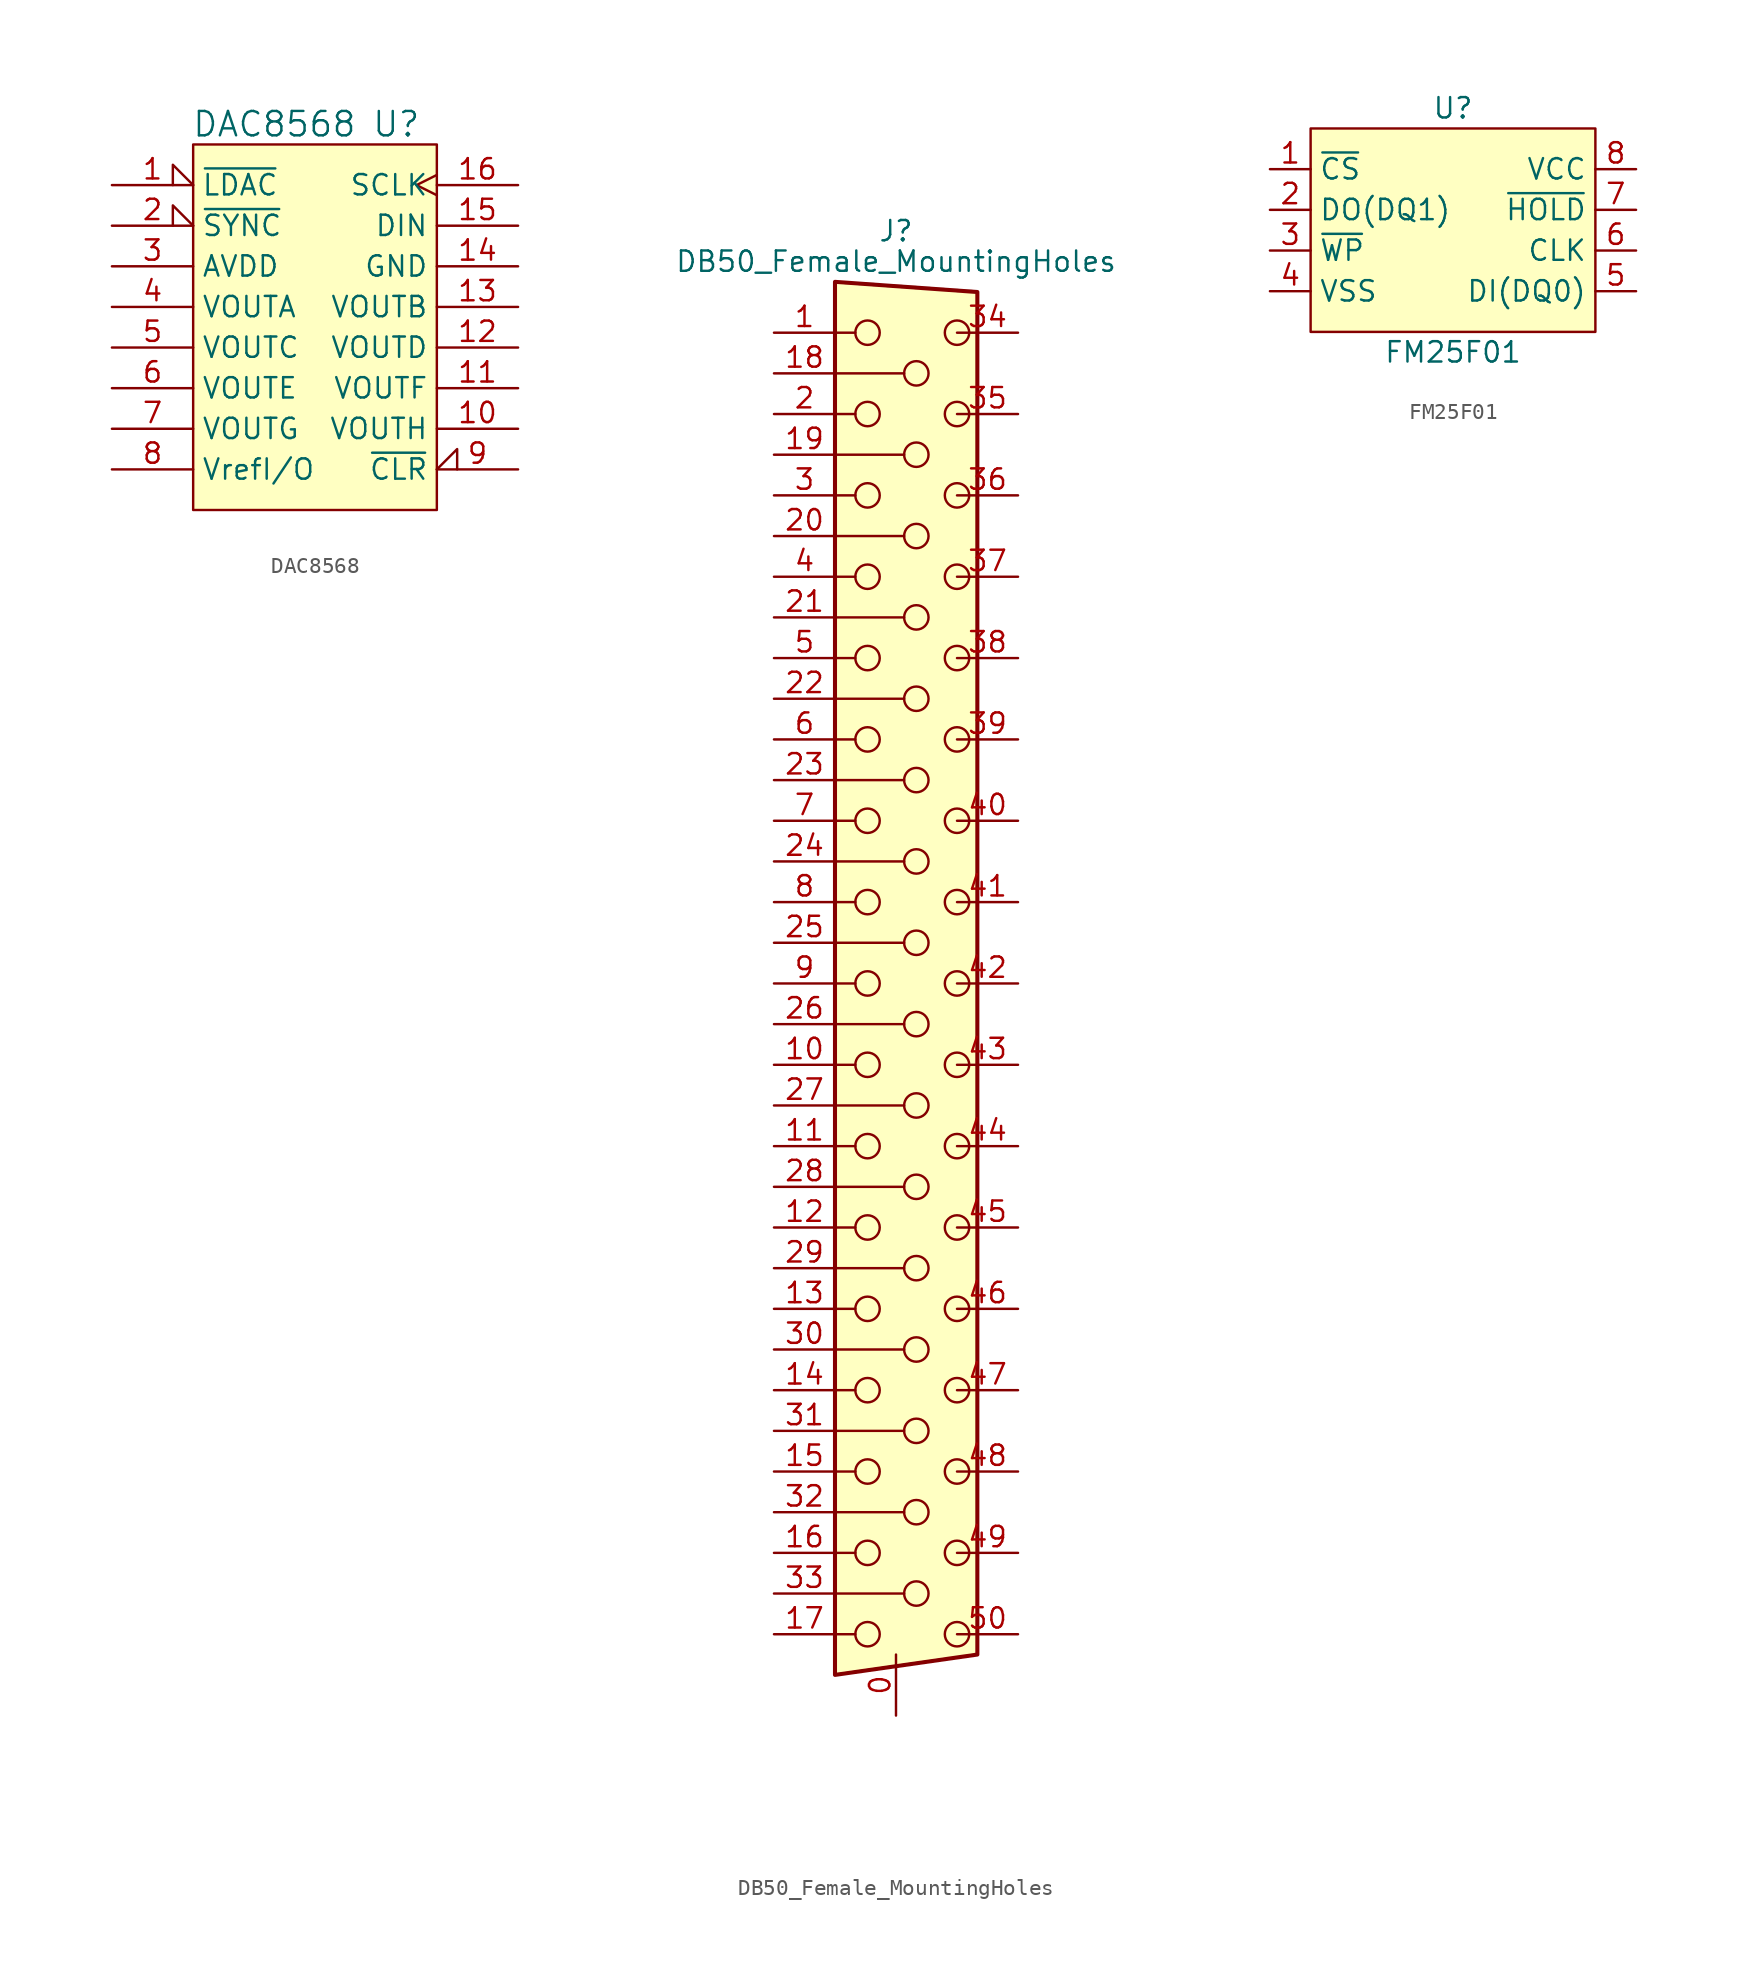
<source format=kicad_sym>
(kicad_symbol_lib
  (version 20231120)
  (generator "kicad_symbol_editor")
  (generator_version "8.0")
  (symbol "DAC8568"
    (property "Reference" "U"
      (at 5.08 12.7 0)
      (effects (font (size 1.524 1.524))))
    (property "Value" "DAC8568"
      (at -2.54 12.7 0)
      (effects (font (size 1.524 1.524))))
    (property "Footprint" ""
      (at 0 0 0)
      (effects (font (size 1.524 1.524))))
    (property "Datasheet" ""
      (at 0 0 0)
      (effects (font (size 1.524 1.524))))
    (symbol "DAC8568_0_1"
      (rectangle (start -7.62 11.43) (end 7.62 -11.43) (stroke (width 0) (type default)) (fill (type background))))
    (symbol "DAC8568_1_1"
      (pin input input_low (at -12.7 8.89 0) (length 5.08) (name "~{LDAC}" (effects (font (size 1.27 1.27)))) (number "1" (effects (font (size 1.27 1.27)))))
      (pin output line (at 12.7 -6.35 180) (length 5.08) (name "VOUTH" (effects (font (size 1.27 1.27)))) (number "10" (effects (font (size 1.27 1.27)))))
      (pin output line (at 12.7 -3.81 180) (length 5.08) (name "VOUTF" (effects (font (size 1.27 1.27)))) (number "11" (effects (font (size 1.27 1.27)))))
      (pin output line (at 12.7 -1.27 180) (length 5.08) (name "VOUTD" (effects (font (size 1.27 1.27)))) (number "12" (effects (font (size 1.27 1.27)))))
      (pin output line (at 12.7 1.27 180) (length 5.08) (name "VOUTB" (effects (font (size 1.27 1.27)))) (number "13" (effects (font (size 1.27 1.27)))))
      (pin power_in line (at 12.7 3.81 180) (length 5.08) (name "GND" (effects (font (size 1.27 1.27)))) (number "14" (effects (font (size 1.27 1.27)))))
      (pin input line (at 12.7 6.35 180) (length 5.08) (name "DIN" (effects (font (size 1.27 1.27)))) (number "15" (effects (font (size 1.27 1.27)))))
      (pin input clock (at 12.7 8.89 180) (length 5.08) (name "SCLK" (effects (font (size 1.27 1.27)))) (number "16" (effects (font (size 1.27 1.27)))))
      (pin passive line (at 12.7 3.81 180) (length 5.08) hide (name "GND" (effects (font (size 1.27 1.27)))) (number "17" (effects (font (size 1.27 1.27)))))
      (pin input input_low (at -12.7 6.35 0) (length 5.08) (name "~{SYNC}" (effects (font (size 1.27 1.27)))) (number "2" (effects (font (size 1.27 1.27)))))
      (pin power_in line (at -12.7 3.81 0) (length 5.08) (name "AVDD" (effects (font (size 1.27 1.27)))) (number "3" (effects (font (size 1.27 1.27)))))
      (pin output line (at -12.7 1.27 0) (length 5.08) (name "VOUTA" (effects (font (size 1.27 1.27)))) (number "4" (effects (font (size 1.27 1.27)))))
      (pin output line (at -12.7 -1.27 0) (length 5.08) (name "VOUTC" (effects (font (size 1.27 1.27)))) (number "5" (effects (font (size 1.27 1.27)))))
      (pin output line (at -12.7 -3.81 0) (length 5.08) (name "VOUTE" (effects (font (size 1.27 1.27)))) (number "6" (effects (font (size 1.27 1.27)))))
      (pin output line (at -12.7 -6.35 0) (length 5.08) (name "VOUTG" (effects (font (size 1.27 1.27)))) (number "7" (effects (font (size 1.27 1.27)))))
      (pin bidirectional line (at -12.7 -8.89 0) (length 5.08) (name "VrefI/O" (effects (font (size 1.27 1.27)))) (number "8" (effects (font (size 1.27 1.27)))))
      (pin input input_low (at 12.7 -8.89 180) (length 5.08) (name "~{CLR}" (effects (font (size 1.27 1.27)))) (number "9" (effects (font (size 1.27 1.27)))))))
  (symbol "DB50_Female_MountingHoles"
    (pin_names hide)
    (property "Reference" "J"
      (at -1.27 46.99 0)
      (effects (font (size 1.27 1.27))))
    (property "Value" "DB50_Female_MountingHoles"
      (at -1.27 45.085 0)
      (effects (font (size 1.27 1.27))))
    (symbol "DB50_Female_MountingHoles_0_1"
      (circle (center -3.048 -40.64) (radius 0.762) (stroke (width 0) (type default)) (fill (type none)))
      (circle (center -3.048 -35.56) (radius 0.762) (stroke (width 0) (type default)) (fill (type none)))
      (circle (center -3.048 -30.48) (radius 0.762) (stroke (width 0) (type default)) (fill (type none)))
      (circle (center -3.048 -25.4) (radius 0.762) (stroke (width 0) (type default)) (fill (type none)))
      (circle (center -3.048 -20.32) (radius 0.762) (stroke (width 0) (type default)) (fill (type none)))
      (circle (center -3.048 -15.24) (radius 0.762) (stroke (width 0) (type default)) (fill (type none)))
      (circle (center -3.048 -10.16) (radius 0.762) (stroke (width 0) (type default)) (fill (type none)))
      (circle (center -3.048 -5.08) (radius 0.762) (stroke (width 0) (type default)) (fill (type none)))
      (circle (center -3.048 0) (radius 0.762) (stroke (width 0) (type default)) (fill (type none)))
      (circle (center -3.048 5.08) (radius 0.762) (stroke (width 0) (type default)) (fill (type none)))
      (circle (center -3.048 10.16) (radius 0.762) (stroke (width 0) (type default)) (fill (type none)))
      (circle (center -3.048 15.24) (radius 0.762) (stroke (width 0) (type default)) (fill (type none)))
      (circle (center -3.048 20.32) (radius 0.762) (stroke (width 0) (type default)) (fill (type none)))
      (circle (center -3.048 25.4) (radius 0.762) (stroke (width 0) (type default)) (fill (type none)))
      (circle (center -3.048 30.48) (radius 0.762) (stroke (width 0) (type default)) (fill (type none)))
      (circle (center -3.048 35.56) (radius 0.762) (stroke (width 0) (type default)) (fill (type none)))
      (circle (center -3.048 40.64) (radius 0.762) (stroke (width 0) (type default)) (fill (type none)))
      (circle (center 0 -38.1) (radius 0.762) (stroke (width 0) (type default)) (fill (type none)))
      (circle (center 0 -33.02) (radius 0.762) (stroke (width 0) (type default)) (fill (type none)))
      (circle (center 0 -27.94) (radius 0.762) (stroke (width 0) (type default)) (fill (type none)))
      (circle (center 0 -22.86) (radius 0.762) (stroke (width 0) (type default)) (fill (type none)))
      (circle (center 0 -17.78) (radius 0.762) (stroke (width 0) (type default)) (fill (type none)))
      (circle (center 0 -12.7) (radius 0.762) (stroke (width 0) (type default)) (fill (type none)))
      (circle (center 0 -7.62) (radius 0.762) (stroke (width 0) (type default)) (fill (type none)))
      (circle (center 0 -2.54) (radius 0.762) (stroke (width 0) (type default)) (fill (type none)))
      (polyline (pts (xy -5.08 -40.64) (xy -3.81 -40.64)) (stroke (width 0) (type default)) (fill (type none)))
      (polyline (pts (xy -5.08 -38.1) (xy -0.762 -38.1)) (stroke (width 0) (type default)) (fill (type none)))
      (polyline (pts (xy -5.08 -35.56) (xy -3.81 -35.56)) (stroke (width 0) (type default)) (fill (type none)))
      (polyline (pts (xy -5.08 -33.02) (xy -0.762 -33.02)) (stroke (width 0) (type default)) (fill (type none)))
      (polyline (pts (xy -5.08 -30.48) (xy -3.81 -30.48)) (stroke (width 0) (type default)) (fill (type none)))
      (polyline (pts (xy -5.08 -27.94) (xy -0.762 -27.94)) (stroke (width 0) (type default)) (fill (type none)))
      (polyline (pts (xy -5.08 -25.4) (xy -3.81 -25.4)) (stroke (width 0) (type default)) (fill (type none)))
      (polyline (pts (xy -5.08 -22.86) (xy -0.762 -22.86)) (stroke (width 0) (type default)) (fill (type none)))
      (polyline (pts (xy -5.08 -20.32) (xy -3.81 -20.32)) (stroke (width 0) (type default)) (fill (type none)))
      (polyline (pts (xy -5.08 -17.78) (xy -0.762 -17.78)) (stroke (width 0) (type default)) (fill (type none)))
      (polyline (pts (xy -5.08 -15.24) (xy -3.81 -15.24)) (stroke (width 0) (type default)) (fill (type none)))
      (polyline (pts (xy -5.08 -12.7) (xy -0.762 -12.7)) (stroke (width 0) (type default)) (fill (type none)))
      (polyline (pts (xy -5.08 -10.16) (xy -3.81 -10.16)) (stroke (width 0) (type default)) (fill (type none)))
      (polyline (pts (xy -5.08 -7.62) (xy -0.762 -7.62)) (stroke (width 0) (type default)) (fill (type none)))
      (polyline (pts (xy -5.08 -5.08) (xy -3.81 -5.08)) (stroke (width 0) (type default)) (fill (type none)))
      (polyline (pts (xy -5.08 -2.54) (xy -0.762 -2.54)) (stroke (width 0) (type default)) (fill (type none)))
      (polyline (pts (xy -5.08 0) (xy -3.81 0)) (stroke (width 0) (type default)) (fill (type none)))
      (polyline (pts (xy -5.08 2.54) (xy -0.762 2.54)) (stroke (width 0) (type default)) (fill (type none)))
      (polyline (pts (xy -5.08 5.08) (xy -3.81 5.08)) (stroke (width 0) (type default)) (fill (type none)))
      (polyline (pts (xy -5.08 7.62) (xy -0.762 7.62)) (stroke (width 0) (type default)) (fill (type none)))
      (polyline (pts (xy -5.08 10.16) (xy -3.81 10.16)) (stroke (width 0) (type default)) (fill (type none)))
      (polyline (pts (xy -5.08 12.7) (xy -0.762 12.7)) (stroke (width 0) (type default)) (fill (type none)))
      (polyline (pts (xy -5.08 15.24) (xy -3.81 15.24)) (stroke (width 0) (type default)) (fill (type none)))
      (polyline (pts (xy -5.08 17.78) (xy -0.762 17.78)) (stroke (width 0) (type default)) (fill (type none)))
      (polyline (pts (xy -5.08 20.32) (xy -3.81 20.32)) (stroke (width 0) (type default)) (fill (type none)))
      (polyline (pts (xy -5.08 22.86) (xy -0.762 22.86)) (stroke (width 0) (type default)) (fill (type none)))
      (polyline (pts (xy -5.08 25.4) (xy -3.81 25.4)) (stroke (width 0) (type default)) (fill (type none)))
      (polyline (pts (xy -5.08 27.94) (xy -0.762 27.94)) (stroke (width 0) (type default)) (fill (type none)))
      (polyline (pts (xy -5.08 30.48) (xy -3.81 30.48)) (stroke (width 0) (type default)) (fill (type none)))
      (polyline (pts (xy -5.08 33.02) (xy -0.762 33.02)) (stroke (width 0) (type default)) (fill (type none)))
      (polyline (pts (xy -5.08 35.56) (xy -3.81 35.56)) (stroke (width 0) (type default)) (fill (type none)))
      (polyline (pts (xy -5.08 38.1) (xy -0.762 38.1)) (stroke (width 0) (type default)) (fill (type none)))
      (polyline (pts (xy -5.08 40.64) (xy -3.81 40.64)) (stroke (width 0) (type default)) (fill (type none)))
      (polyline (pts (xy -5.08 43.815) (xy 3.81 43.18) (xy 3.81 -41.91) (xy -5.08 -43.18) (xy -5.08 43.815)) (stroke (width 0.254) (type default)) (fill (type background)))
      (circle (center 0 2.54) (radius 0.762) (stroke (width 0) (type default)) (fill (type none)))
      (circle (center 0 7.62) (radius 0.762) (stroke (width 0) (type default)) (fill (type none)))
      (circle (center 0 12.7) (radius 0.762) (stroke (width 0) (type default)) (fill (type none)))
      (circle (center 0 17.78) (radius 0.762) (stroke (width 0) (type default)) (fill (type none)))
      (circle (center 0 22.86) (radius 0.762) (stroke (width 0) (type default)) (fill (type none)))
      (circle (center 0 27.94) (radius 0.762) (stroke (width 0) (type default)) (fill (type none)))
      (circle (center 0 33.02) (radius 0.762) (stroke (width 0) (type default)) (fill (type none)))
      (circle (center 0 38.1) (radius 0.762) (stroke (width 0) (type default)) (fill (type none)))
      (circle (center 2.54 -40.64) (radius 0.762) (stroke (width 0) (type default)) (fill (type none)))
      (circle (center 2.54 -35.56) (radius 0.762) (stroke (width 0) (type default)) (fill (type none)))
      (circle (center 2.54 -30.48) (radius 0.762) (stroke (width 0) (type default)) (fill (type none)))
      (circle (center 2.54 -25.4) (radius 0.762) (stroke (width 0) (type default)) (fill (type none)))
      (circle (center 2.54 -20.32) (radius 0.762) (stroke (width 0) (type default)) (fill (type none)))
      (circle (center 2.54 -15.24) (radius 0.762) (stroke (width 0) (type default)) (fill (type none)))
      (circle (center 2.54 -10.16) (radius 0.762) (stroke (width 0) (type default)) (fill (type none)))
      (circle (center 2.54 -5.08) (radius 0.762) (stroke (width 0) (type default)) (fill (type none)))
      (circle (center 2.54 0) (radius 0.762) (stroke (width 0) (type default)) (fill (type none)))
      (circle (center 2.54 5.08) (radius 0.762) (stroke (width 0) (type default)) (fill (type none)))
      (circle (center 2.54 10.16) (radius 0.762) (stroke (width 0) (type default)) (fill (type none)))
      (circle (center 2.54 15.24) (radius 0.762) (stroke (width 0) (type default)) (fill (type none)))
      (circle (center 2.54 20.32) (radius 0.762) (stroke (width 0) (type default)) (fill (type none)))
      (circle (center 2.54 25.4) (radius 0.762) (stroke (width 0) (type default)) (fill (type none)))
      (circle (center 2.54 30.48) (radius 0.762) (stroke (width 0) (type default)) (fill (type none)))
      (circle (center 2.54 35.56) (radius 0.762) (stroke (width 0) (type default)) (fill (type none)))
      (circle (center 2.54 40.64) (radius 0.762) (stroke (width 0) (type default)) (fill (type none))))
    (symbol "DB50_Female_MountingHoles_1_1"
      (pin passive line (at -1.27 -45.72 90) (length 3.81) (name "0" (effects (font (size 1.27 1.27)))) (number "0" (effects (font (size 1.27 1.27)))))
      (pin passive line (at -8.89 40.64 0) (length 3.81) (name "1" (effects (font (size 1.27 1.27)))) (number "1" (effects (font (size 1.27 1.27)))))
      (pin passive line (at -8.89 -5.08 0) (length 3.81) (name "10" (effects (font (size 1.27 1.27)))) (number "10" (effects (font (size 1.27 1.27)))))
      (pin passive line (at -8.89 -10.16 0) (length 3.81) (name "11" (effects (font (size 1.27 1.27)))) (number "11" (effects (font (size 1.27 1.27)))))
      (pin passive line (at -8.89 -15.24 0) (length 3.81) (name "12" (effects (font (size 1.27 1.27)))) (number "12" (effects (font (size 1.27 1.27)))))
      (pin passive line (at -8.89 -20.32 0) (length 3.81) (name "13" (effects (font (size 1.27 1.27)))) (number "13" (effects (font (size 1.27 1.27)))))
      (pin passive line (at -8.89 -25.4 0) (length 3.81) (name "14" (effects (font (size 1.27 1.27)))) (number "14" (effects (font (size 1.27 1.27)))))
      (pin passive line (at -8.89 -30.48 0) (length 3.81) (name "15" (effects (font (size 1.27 1.27)))) (number "15" (effects (font (size 1.27 1.27)))))
      (pin passive line (at -8.89 -35.56 0) (length 3.81) (name "16" (effects (font (size 1.27 1.27)))) (number "16" (effects (font (size 1.27 1.27)))))
      (pin passive line (at -8.89 -40.64 0) (length 3.81) (name "17" (effects (font (size 1.27 1.27)))) (number "17" (effects (font (size 1.27 1.27)))))
      (pin passive line (at -8.89 38.1 0) (length 3.81) (name "18" (effects (font (size 1.27 1.27)))) (number "18" (effects (font (size 1.27 1.27)))))
      (pin passive line (at -8.89 33.02 0) (length 3.81) (name "19" (effects (font (size 1.27 1.27)))) (number "19" (effects (font (size 1.27 1.27)))))
      (pin passive line (at -8.89 35.56 0) (length 3.81) (name "2" (effects (font (size 1.27 1.27)))) (number "2" (effects (font (size 1.27 1.27)))))
      (pin passive line (at -8.89 27.94 0) (length 3.81) (name "20" (effects (font (size 1.27 1.27)))) (number "20" (effects (font (size 1.27 1.27)))))
      (pin passive line (at -8.89 22.86 0) (length 3.81) (name "21" (effects (font (size 1.27 1.27)))) (number "21" (effects (font (size 1.27 1.27)))))
      (pin passive line (at -8.89 17.78 0) (length 3.81) (name "22" (effects (font (size 1.27 1.27)))) (number "22" (effects (font (size 1.27 1.27)))))
      (pin passive line (at -8.89 12.7 0) (length 3.81) (name "23" (effects (font (size 1.27 1.27)))) (number "23" (effects (font (size 1.27 1.27)))))
      (pin passive line (at -8.89 7.62 0) (length 3.81) (name "24" (effects (font (size 1.27 1.27)))) (number "24" (effects (font (size 1.27 1.27)))))
      (pin passive line (at -8.89 2.54 0) (length 3.81) (name "25" (effects (font (size 1.27 1.27)))) (number "25" (effects (font (size 1.27 1.27)))))
      (pin passive line (at -8.89 -2.54 0) (length 3.81) (name "26" (effects (font (size 1.27 1.27)))) (number "26" (effects (font (size 1.27 1.27)))))
      (pin passive line (at -8.89 -7.62 0) (length 3.81) (name "27" (effects (font (size 1.27 1.27)))) (number "27" (effects (font (size 1.27 1.27)))))
      (pin passive line (at -8.89 -12.7 0) (length 3.81) (name "28" (effects (font (size 1.27 1.27)))) (number "28" (effects (font (size 1.27 1.27)))))
      (pin passive line (at -8.89 -17.78 0) (length 3.81) (name "29" (effects (font (size 1.27 1.27)))) (number "29" (effects (font (size 1.27 1.27)))))
      (pin passive line (at -8.89 30.48 0) (length 3.81) (name "3" (effects (font (size 1.27 1.27)))) (number "3" (effects (font (size 1.27 1.27)))))
      (pin passive line (at -8.89 -22.86 0) (length 3.81) (name "30" (effects (font (size 1.27 1.27)))) (number "30" (effects (font (size 1.27 1.27)))))
      (pin passive line (at -8.89 -27.94 0) (length 3.81) (name "31" (effects (font (size 1.27 1.27)))) (number "31" (effects (font (size 1.27 1.27)))))
      (pin passive line (at -8.89 -33.02 0) (length 3.81) (name "32" (effects (font (size 1.27 1.27)))) (number "32" (effects (font (size 1.27 1.27)))))
      (pin passive line (at -8.89 -38.1 0) (length 3.81) (name "33" (effects (font (size 1.27 1.27)))) (number "33" (effects (font (size 1.27 1.27)))))
      (pin passive line (at 6.35 40.64 180) (length 3.81) (name "34" (effects (font (size 1.27 1.27)))) (number "34" (effects (font (size 1.27 1.27)))))
      (pin passive line (at 6.35 35.56 180) (length 3.81) (name "35" (effects (font (size 1.27 1.27)))) (number "35" (effects (font (size 1.27 1.27)))))
      (pin passive line (at 6.35 30.48 180) (length 3.81) (name "36" (effects (font (size 1.27 1.27)))) (number "36" (effects (font (size 1.27 1.27)))))
      (pin passive line (at 6.35 25.4 180) (length 3.81) (name "37" (effects (font (size 1.27 1.27)))) (number "37" (effects (font (size 1.27 1.27)))))
      (pin passive line (at 6.35 20.32 180) (length 3.81) (name "38" (effects (font (size 1.27 1.27)))) (number "38" (effects (font (size 1.27 1.27)))))
      (pin passive line (at 6.35 15.24 180) (length 3.81) (name "39" (effects (font (size 1.27 1.27)))) (number "39" (effects (font (size 1.27 1.27)))))
      (pin passive line (at -8.89 25.4 0) (length 3.81) (name "4" (effects (font (size 1.27 1.27)))) (number "4" (effects (font (size 1.27 1.27)))))
      (pin passive line (at 6.35 10.16 180) (length 3.81) (name "40" (effects (font (size 1.27 1.27)))) (number "40" (effects (font (size 1.27 1.27)))))
      (pin passive line (at 6.35 5.08 180) (length 3.81) (name "41" (effects (font (size 1.27 1.27)))) (number "41" (effects (font (size 1.27 1.27)))))
      (pin passive line (at 6.35 0 180) (length 3.81) (name "42" (effects (font (size 1.27 1.27)))) (number "42" (effects (font (size 1.27 1.27)))))
      (pin passive line (at 6.35 -5.08 180) (length 3.81) (name "43" (effects (font (size 1.27 1.27)))) (number "43" (effects (font (size 1.27 1.27)))))
      (pin passive line (at 6.35 -10.16 180) (length 3.81) (name "44" (effects (font (size 1.27 1.27)))) (number "44" (effects (font (size 1.27 1.27)))))
      (pin passive line (at 6.35 -15.24 180) (length 3.81) (name "45" (effects (font (size 1.27 1.27)))) (number "45" (effects (font (size 1.27 1.27)))))
      (pin passive line (at 6.35 -20.32 180) (length 3.81) (name "46" (effects (font (size 1.27 1.27)))) (number "46" (effects (font (size 1.27 1.27)))))
      (pin passive line (at 6.35 -25.4 180) (length 3.81) (name "47" (effects (font (size 1.27 1.27)))) (number "47" (effects (font (size 1.27 1.27)))))
      (pin passive line (at 6.35 -30.48 180) (length 3.81) (name "48" (effects (font (size 1.27 1.27)))) (number "48" (effects (font (size 1.27 1.27)))))
      (pin passive line (at 6.35 -35.56 180) (length 3.81) (name "49" (effects (font (size 1.27 1.27)))) (number "49" (effects (font (size 1.27 1.27)))))
      (pin passive line (at -8.89 20.32 0) (length 3.81) (name "5" (effects (font (size 1.27 1.27)))) (number "5" (effects (font (size 1.27 1.27)))))
      (pin passive line (at 6.35 -40.64 180) (length 3.81) (name "50" (effects (font (size 1.27 1.27)))) (number "50" (effects (font (size 1.27 1.27)))))
      (pin passive line (at -8.89 15.24 0) (length 3.81) (name "6" (effects (font (size 1.27 1.27)))) (number "6" (effects (font (size 1.27 1.27)))))
      (pin passive line (at -8.89 10.16 0) (length 3.81) (name "7" (effects (font (size 1.27 1.27)))) (number "7" (effects (font (size 1.27 1.27)))))
      (pin passive line (at -8.89 5.08 0) (length 3.81) (name "8" (effects (font (size 1.27 1.27)))) (number "8" (effects (font (size 1.27 1.27)))))
      (pin passive line (at -8.89 0 0) (length 3.81) (name "9" (effects (font (size 1.27 1.27)))) (number "9" (effects (font (size 1.27 1.27)))))))
  (symbol "FM25F01"
    (property "Reference" "U"
      (at 0 7.62 0)
      (effects (font (size 1.27 1.27))))
    (property "Value" "FM25F01"
      (at 0 -7.62 0)
      (effects (font (size 1.27 1.27))))
    (symbol "FM25F01_0_1"
      (rectangle (start -8.89 6.35) (end 8.89 -6.35) (stroke (width 0) (type default)) (fill (type background))))
    (symbol "FM25F01_1_1"
      (pin input line (at -11.43 3.81 0) (length 2.54) (name "~{CS}" (effects (font (size 1.27 1.27)))) (number "1" (effects (font (size 1.27 1.27)))))
      (pin bidirectional line (at -11.43 1.27 0) (length 2.54) (name "DO(DQ1)" (effects (font (size 1.27 1.27)))) (number "2" (effects (font (size 1.27 1.27)))))
      (pin input line (at -11.43 -1.27 0) (length 2.54) (name "~{WP}" (effects (font (size 1.27 1.27)))) (number "3" (effects (font (size 1.27 1.27)))))
      (pin power_in line (at -11.43 -3.81 0) (length 2.54) (name "VSS" (effects (font (size 1.27 1.27)))) (number "4" (effects (font (size 1.27 1.27)))))
      (pin bidirectional line (at 11.43 -3.81 180) (length 2.54) (name "DI(DQ0)" (effects (font (size 1.27 1.27)))) (number "5" (effects (font (size 1.27 1.27)))))
      (pin input line (at 11.43 -1.27 180) (length 2.54) (name "CLK" (effects (font (size 1.27 1.27)))) (number "6" (effects (font (size 1.27 1.27)))))
      (pin input line (at 11.43 1.27 180) (length 2.54) (name "~{HOLD}" (effects (font (size 1.27 1.27)))) (number "7" (effects (font (size 1.27 1.27)))))
      (pin power_in line (at 11.43 3.81 180) (length 2.54) (name "VCC" (effects (font (size 1.27 1.27)))) (number "8" (effects (font (size 1.27 1.27))))))))
</source>
